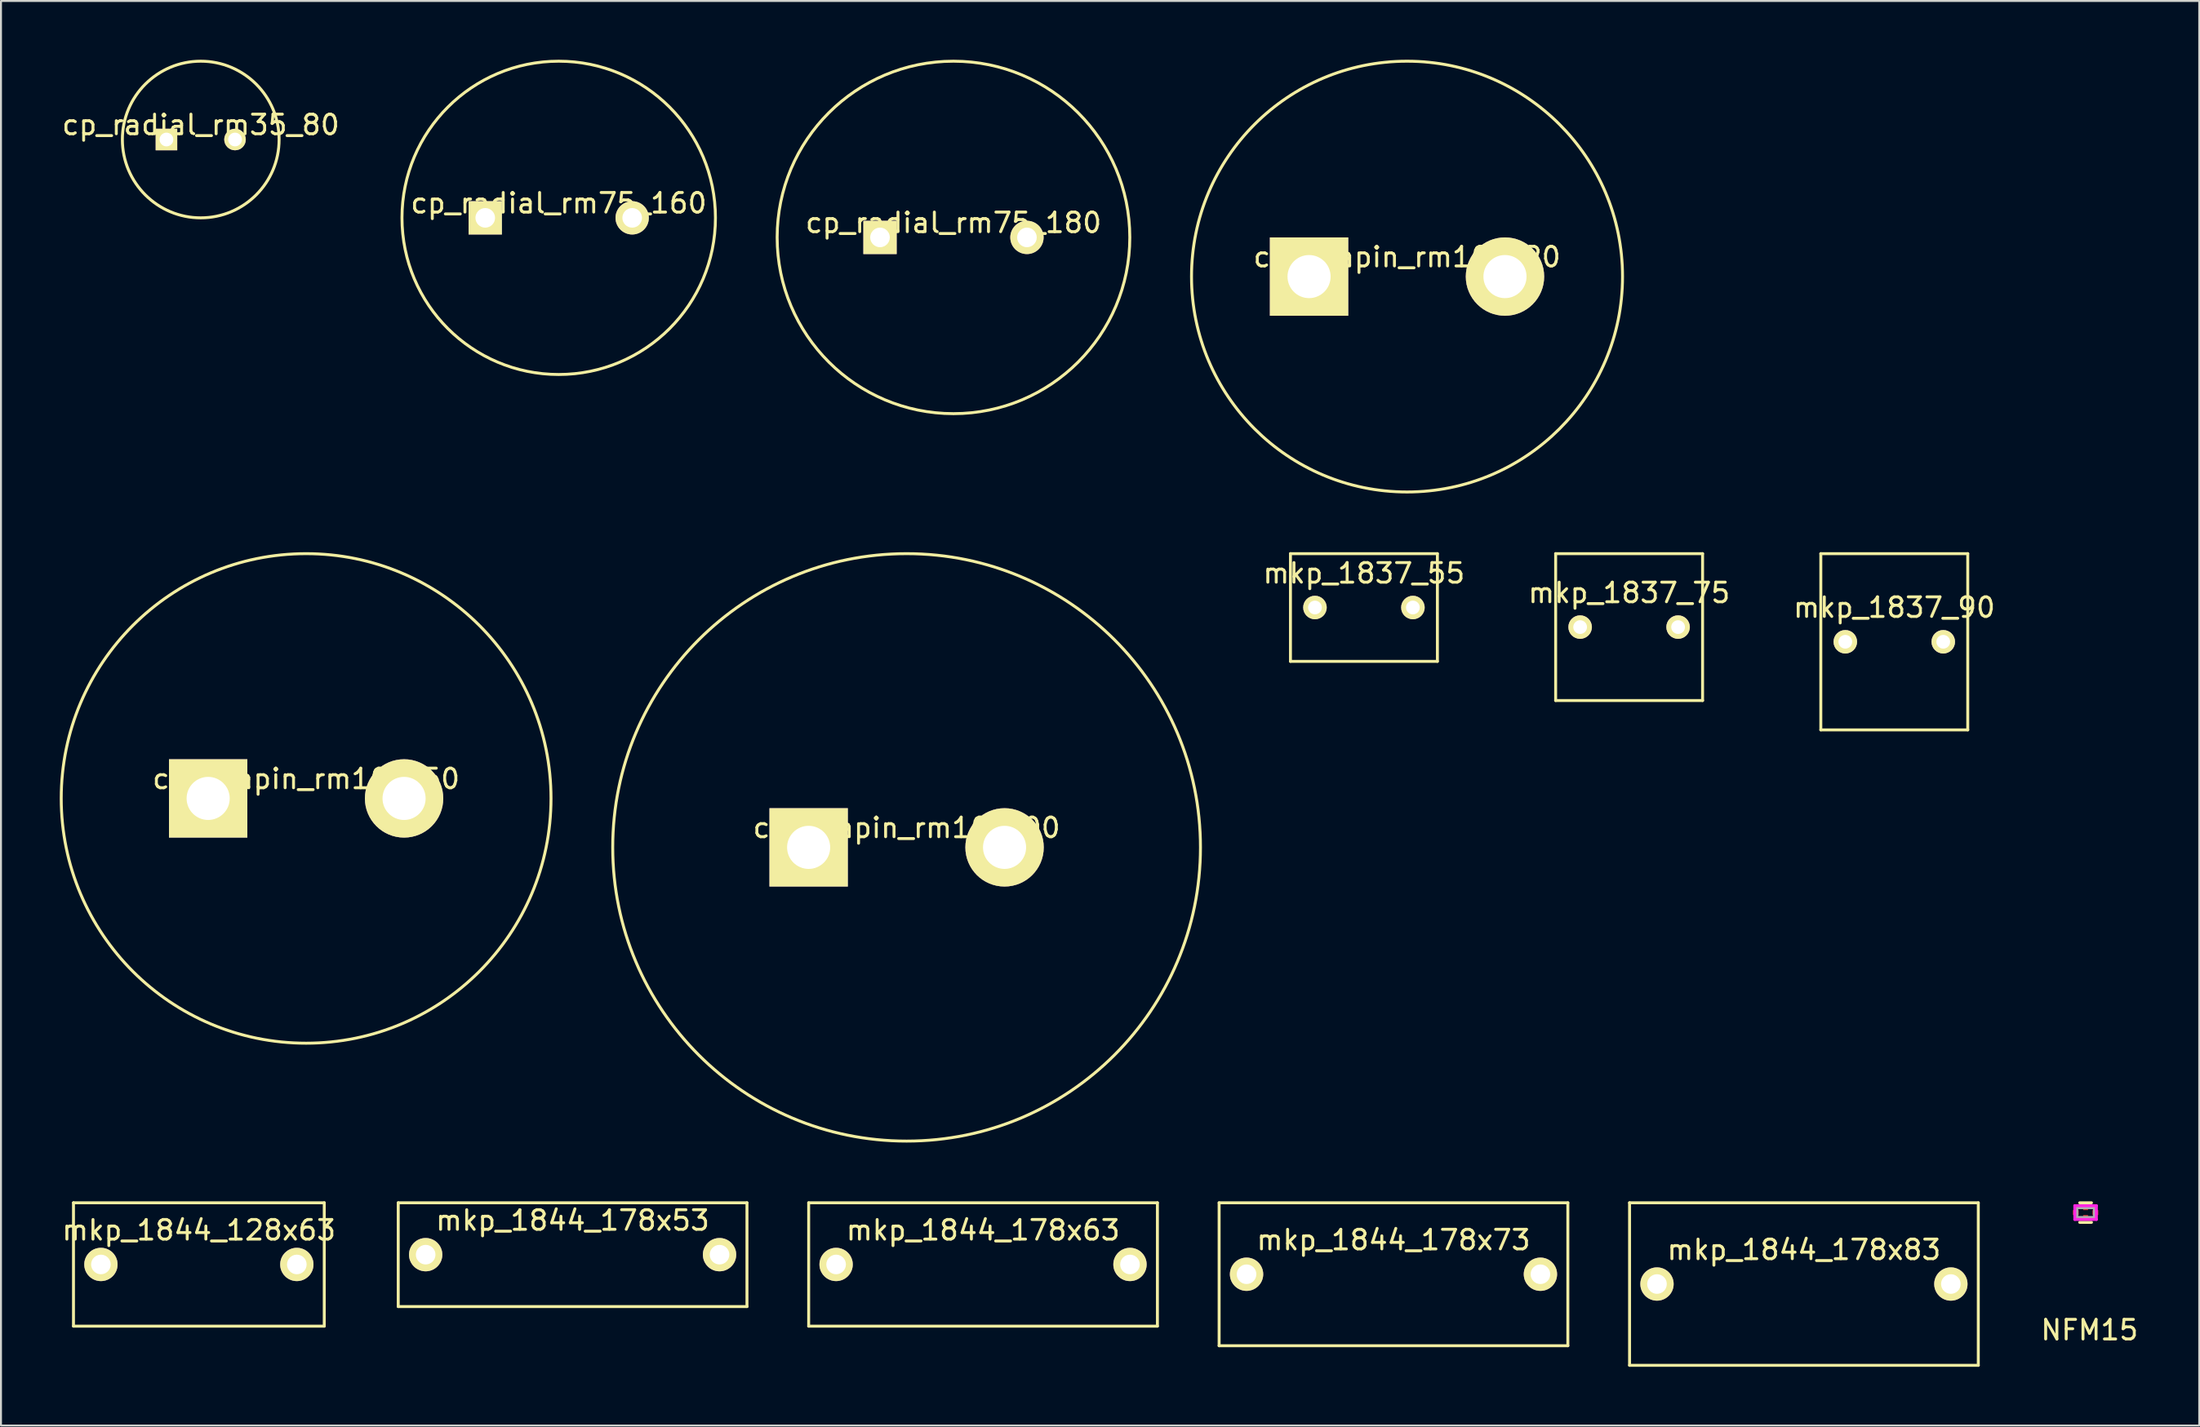
<source format=kicad_pcb>
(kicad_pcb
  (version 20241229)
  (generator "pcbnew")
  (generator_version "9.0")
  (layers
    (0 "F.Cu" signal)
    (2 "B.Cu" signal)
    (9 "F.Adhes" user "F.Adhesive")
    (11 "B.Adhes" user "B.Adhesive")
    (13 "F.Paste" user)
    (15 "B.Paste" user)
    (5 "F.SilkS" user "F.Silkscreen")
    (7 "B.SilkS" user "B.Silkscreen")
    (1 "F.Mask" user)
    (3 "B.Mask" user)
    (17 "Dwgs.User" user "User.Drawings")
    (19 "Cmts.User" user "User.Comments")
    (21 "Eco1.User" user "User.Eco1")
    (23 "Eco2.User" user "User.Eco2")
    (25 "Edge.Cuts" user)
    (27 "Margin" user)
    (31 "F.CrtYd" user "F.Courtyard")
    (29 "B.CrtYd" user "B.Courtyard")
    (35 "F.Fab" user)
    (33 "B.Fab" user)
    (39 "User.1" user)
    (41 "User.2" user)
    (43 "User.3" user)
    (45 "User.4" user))
  (footprint "mkp_1844_178x53"
    (layer "F.Cu")
    (at 26.177 61.025)
    (property "Reference" "mkp_1844_178x53" (at 0 -1.75 0) (layer "F.SilkS") (effects (font (size 1 1) (thickness 0.15))))
    (attr through_hole)
    (fp_line (start -8.9 -2.65) (end 8.9 -2.65) (stroke (width 0.15) (type solid)) (layer "F.SilkS"))
    (fp_line (start -8.9 2.65) (end -8.9 -2.65) (stroke (width 0.15) (type solid)) (layer "F.SilkS"))
    (fp_line (start 8.9 -2.65) (end 8.9 2.65) (stroke (width 0.15) (type solid)) (layer "F.SilkS"))
    (fp_line (start 8.9 2.65) (end -8.9 2.65) (stroke (width 0.15) (type solid)) (layer "F.SilkS"))
    (pad "1" thru_hole circle (at -7.5 0) (size 1.7 1.7) (drill 1) (layers "*.Cu" "*.Mask" "F.SilkS"))
    (pad "2" thru_hole circle (at 7.5 0) (size 1.7 1.7) (drill 1) (layers "*.Cu" "*.Mask" "F.SilkS")))
  (footprint "mkp_1837_75"
    (layer "F.Cu")
    (at 80.104 28.975)
    (property "Reference" "mkp_1837_75" (at 0 -1.75 0) (layer "F.SilkS") (effects (font (size 1 1) (thickness 0.15))))
    (attr through_hole)
    (fp_line (start -3.75 -3.75) (end 3.75 -3.75) (stroke (width 0.15) (type solid)) (layer "F.SilkS"))
    (fp_line (start -3.75 3.75) (end -3.75 -3.75) (stroke (width 0.15) (type solid)) (layer "F.SilkS"))
    (fp_line (start 3.75 -3.75) (end 3.75 3.75) (stroke (width 0.15) (type solid)) (layer "F.SilkS"))
    (fp_line (start 3.75 3.75) (end -3.75 3.75) (stroke (width 0.15) (type solid)) (layer "F.SilkS"))
    (pad "1" thru_hole circle (at -2.5 0) (size 1.2 1.2) (drill 0.7) (layers "*.Cu" "*.Mask" "F.SilkS"))
    (pad "2" thru_hole circle (at 2.5 0) (size 1.2 1.2) (drill 0.7) (layers "*.Cu" "*.Mask" "F.SilkS")))
  (footprint "mkp_1837_90"
    (layer "F.Cu")
    (at 93.639 29.725)
    (property "Reference" "mkp_1837_90" (at 0 -1.75 0) (layer "F.SilkS") (effects (font (size 1 1) (thickness 0.15))))
    (attr through_hole)
    (fp_line (start -3.75 -4.5) (end 3.75 -4.5) (stroke (width 0.15) (type solid)) (layer "F.SilkS"))
    (fp_line (start -3.75 4.5) (end -3.75 -4.5) (stroke (width 0.15) (type solid)) (layer "F.SilkS"))
    (fp_line (start 3.75 -4.5) (end 3.75 4.5) (stroke (width 0.15) (type solid)) (layer "F.SilkS"))
    (fp_line (start 3.75 4.5) (end -3.75 4.5) (stroke (width 0.15) (type solid)) (layer "F.SilkS"))
    (pad "1" thru_hole circle (at -2.5 0) (size 1.2 1.2) (drill 0.7) (layers "*.Cu" "*.Mask" "F.SilkS"))
    (pad "2" thru_hole circle (at 2.5 0) (size 1.2 1.2) (drill 0.7) (layers "*.Cu" "*.Mask" "F.SilkS")))
  (footprint "mkp_1844_128x63"
    (layer "F.Cu")
    (at 7.101 61.525)
    (property "Reference" "mkp_1844_128x63" (at 0 -1.75 0) (layer "F.SilkS") (effects (font (size 1 1) (thickness 0.15))))
    (attr through_hole)
    (fp_line (start -6.4 -3.15) (end 6.4 -3.15) (stroke (width 0.15) (type solid)) (layer "F.SilkS"))
    (fp_line (start -6.4 3.15) (end -6.4 -3.15) (stroke (width 0.15) (type solid)) (layer "F.SilkS"))
    (fp_line (start 6.4 -3.15) (end 6.4 3.15) (stroke (width 0.15) (type solid)) (layer "F.SilkS"))
    (fp_line (start 6.4 3.15) (end -6.4 3.15) (stroke (width 0.15) (type solid)) (layer "F.SilkS"))
    (pad "1" thru_hole circle (at -5 0) (size 1.7 1.7) (drill 1) (layers "*.Cu" "*.Mask" "F.SilkS"))
    (pad "2" thru_hole circle (at 5 0) (size 1.7 1.7) (drill 1) (layers "*.Cu" "*.Mask" "F.SilkS")))
  (footprint "mkp_1844_178x73"
    (layer "F.Cu")
    (at 68.077 62.025)
    (property "Reference" "mkp_1844_178x73" (at 0 -1.75 0) (layer "F.SilkS") (effects (font (size 1 1) (thickness 0.15))))
    (attr through_hole)
    (fp_line (start -8.9 -3.65) (end 8.9 -3.65) (stroke (width 0.15) (type solid)) (layer "F.SilkS"))
    (fp_line (start -8.9 3.65) (end -8.9 -3.65) (stroke (width 0.15) (type solid)) (layer "F.SilkS"))
    (fp_line (start 8.9 -3.65) (end 8.9 3.65) (stroke (width 0.15) (type solid)) (layer "F.SilkS"))
    (fp_line (start 8.9 3.65) (end -8.9 3.65) (stroke (width 0.15) (type solid)) (layer "F.SilkS"))
    (pad "1" thru_hole circle (at -7.5 0) (size 1.7 1.7) (drill 1) (layers "*.Cu" "*.Mask" "F.SilkS"))
    (pad "2" thru_hole circle (at 7.5 0) (size 1.7 1.7) (drill 1) (layers "*.Cu" "*.Mask" "F.SilkS")))
  (footprint "cp_radial_rm75_160"
    (layer "F.Cu")
    (at 25.468 8.075)
    (property "Reference" "cp_radial_rm75_160" (at 0 -0.75 0) (layer "F.SilkS") (effects (font (size 1 1) (thickness 0.15))))
    (attr through_hole)
    (fp_circle (center 0 0) (end 8 0) (stroke (width 0.15) (type solid)) (fill no) (layer "F.SilkS"))
    (pad "1" thru_hole rect (at -3.75 0) (size 1.7 1.7) (drill 1) (layers "*.Cu" "*.Mask" "F.SilkS"))
    (pad "2" thru_hole circle (at 3.75 0) (size 1.7 1.7) (drill 1) (layers "*.Cu" "*.Mask" "F.SilkS")))
  (footprint "cp_snapin_rm10_220"
    (layer "F.Cu")
    (at 68.768 11.075)
    (property "Reference" "cp_snapin_rm10_220" (at 0 -1 0) (layer "F.SilkS") (effects (font (size 1 1) (thickness 0.15))))
    (attr through_hole)
    (fp_circle (center 0 0) (end 11 0) (stroke (width 0.15) (type solid)) (fill no) (layer "F.SilkS"))
    (pad "1" thru_hole rect (at -5 0) (size 4 4) (drill 2.2) (layers "*.Cu" "*.Mask" "F.SilkS"))
    (pad "2" thru_hole circle (at 5 0) (size 4 4) (drill 2.2) (layers "*.Cu" "*.Mask" "F.SilkS")))
  (footprint "mkp_1844_178x83"
    (layer "F.Cu")
    (at 89.027 62.525)
    (property "Reference" "mkp_1844_178x83" (at 0 -1.75 0) (layer "F.SilkS") (effects (font (size 1 1) (thickness 0.15))))
    (attr through_hole)
    (fp_line (start -8.9 -4.15) (end 8.9 -4.15) (stroke (width 0.15) (type solid)) (layer "F.SilkS"))
    (fp_line (start -8.9 4.15) (end -8.9 -4.15) (stroke (width 0.15) (type solid)) (layer "F.SilkS"))
    (fp_line (start 8.9 -4.15) (end 8.9 4.15) (stroke (width 0.15) (type solid)) (layer "F.SilkS"))
    (fp_line (start 8.9 4.15) (end -8.9 4.15) (stroke (width 0.15) (type solid)) (layer "F.SilkS"))
    (pad "1" thru_hole circle (at -7.5 0) (size 1.7 1.7) (drill 1) (layers "*.Cu" "*.Mask" "F.SilkS"))
    (pad "2" thru_hole circle (at 7.5 0) (size 1.7 1.7) (drill 1) (layers "*.Cu" "*.Mask" "F.SilkS")))
  (footprint "NFM15"
    (layer "F.Cu")
    (at 103.404 58.875)
    (property "Reference" "NFM15" (at 0.2 6 0) (layer "F.SilkS") (effects (font (size 1 1) (thickness 0.15))))
    (attr through_hole)
    (fp_line (start -0.3 -0.5) (end 0.3 -0.5) (stroke (width 0.15) (type solid)) (layer "F.SilkS"))
    (fp_line (start -0.3 0.5) (end 0.3 0.5) (stroke (width 0.15) (type solid)) (layer "F.SilkS"))
    (fp_line (start -0.55 -0.35) (end 0.55 -0.35) (stroke (width 0.15) (type solid)) (layer "F.CrtYd"))
    (fp_line (start -0.55 0.35) (end -0.55 -0.35) (stroke (width 0.15) (type solid)) (layer "F.CrtYd"))
    (fp_line (start 0.55 -0.35) (end 0.55 0.35) (stroke (width 0.15) (type solid)) (layer "F.CrtYd"))
    (fp_line (start 0.55 0.35) (end -0.55 0.35) (stroke (width 0.15) (type solid)) (layer "F.CrtYd"))
    (fp_line (start -0.45 -0.25) (end 0.45 -0.25) (stroke (width 0.15) (type solid)) (layer "F.Fab"))
    (fp_line (start -0.45 0.25) (end -0.45 -0.25) (stroke (width 0.15) (type solid)) (layer "F.Fab"))
    (fp_line (start 0.45 -0.25) (end 0.45 0.25) (stroke (width 0.15) (type solid)) (layer "F.Fab"))
    (fp_line (start 0.45 0.25) (end -0.45 0.25) (stroke (width 0.15) (type solid)) (layer "F.Fab"))
    (pad "1" smd rect (at -0.5 0) (size 0.3 0.25) (layers "F.Cu" "F.Mask" "F.Paste"))
    (pad "1" smd rect (at 0.5 0) (size 0.3 0.25) (layers "F.Cu" "F.Mask" "F.Paste"))
    (pad "2" smd rect (at 0 -0.25) (size 0.25 0.25) (layers "F.Cu" "F.Mask" "F.Paste"))
    (pad "2" smd rect (at 0 0.25) (size 0.25 0.25) (layers "F.Cu" "F.Mask" "F.Paste")))
  (footprint "mkp_1844_178x63"
    (layer "F.Cu")
    (at 47.127 61.525)
    (property "Reference" "mkp_1844_178x63" (at 0 -1.75 0) (layer "F.SilkS") (effects (font (size 1 1) (thickness 0.15))))
    (attr through_hole)
    (fp_line (start -8.9 -3.15) (end 8.9 -3.15) (stroke (width 0.15) (type solid)) (layer "F.SilkS"))
    (fp_line (start -8.9 3.15) (end -8.9 -3.15) (stroke (width 0.15) (type solid)) (layer "F.SilkS"))
    (fp_line (start 8.9 -3.15) (end 8.9 3.15) (stroke (width 0.15) (type solid)) (layer "F.SilkS"))
    (fp_line (start 8.9 3.15) (end -8.9 3.15) (stroke (width 0.15) (type solid)) (layer "F.SilkS"))
    (pad "1" thru_hole circle (at -7.5 0) (size 1.7 1.7) (drill 1) (layers "*.Cu" "*.Mask" "F.SilkS"))
    (pad "2" thru_hole circle (at 7.5 0) (size 1.7 1.7) (drill 1) (layers "*.Cu" "*.Mask" "F.SilkS")))
  (footprint "cp_radial_rm35_80"
    (layer "F.Cu")
    (at 7.196 4.075)
    (property "Reference" "cp_radial_rm35_80" (at 0 -0.75 0) (layer "F.SilkS") (effects (font (size 1 1) (thickness 0.15))))
    (attr through_hole)
    (fp_circle (center 0 0) (end 4 0) (stroke (width 0.15) (type solid)) (fill no) (layer "F.SilkS"))
    (pad "1" thru_hole rect (at -1.75 0) (size 1.1 1.1) (drill 0.7) (layers "*.Cu" "*.Mask" "F.SilkS"))
    (pad "2" thru_hole circle (at 1.75 0) (size 1.1 1.1) (drill 0.7) (layers "*.Cu" "*.Mask" "F.SilkS")))
  (footprint "mkp_1837_55"
    (layer "F.Cu")
    (at 66.568 27.975)
    (property "Reference" "mkp_1837_55" (at 0 -1.75 0) (layer "F.SilkS") (effects (font (size 1 1) (thickness 0.15))))
    (attr through_hole)
    (fp_line (start -3.75 -2.75) (end 3.75 -2.75) (stroke (width 0.15) (type solid)) (layer "F.SilkS"))
    (fp_line (start -3.75 2.75) (end -3.75 -2.75) (stroke (width 0.15) (type solid)) (layer "F.SilkS"))
    (fp_line (start 3.75 -2.75) (end 3.75 2.75) (stroke (width 0.15) (type solid)) (layer "F.SilkS"))
    (fp_line (start 3.75 2.75) (end -3.75 2.75) (stroke (width 0.15) (type solid)) (layer "F.SilkS"))
    (pad "1" thru_hole circle (at -2.5 0) (size 1.2 1.2) (drill 0.7) (layers "*.Cu" "*.Mask" "F.SilkS"))
    (pad "2" thru_hole circle (at 2.5 0) (size 1.2 1.2) (drill 0.7) (layers "*.Cu" "*.Mask" "F.SilkS")))
  (footprint "cp_radial_rm75_180"
    (layer "F.Cu")
    (at 45.618 9.075)
    (property "Reference" "cp_radial_rm75_180" (at 0 -0.75 0) (layer "F.SilkS") (effects (font (size 1 1) (thickness 0.15))))
    (attr through_hole)
    (fp_circle (center 0 0) (end 9 0) (stroke (width 0.15) (type solid)) (fill no) (layer "F.SilkS"))
    (pad "1" thru_hole rect (at -3.75 0) (size 1.7 1.7) (drill 1) (layers "*.Cu" "*.Mask" "F.SilkS"))
    (pad "2" thru_hole circle (at 3.75 0) (size 1.7 1.7) (drill 1) (layers "*.Cu" "*.Mask" "F.SilkS")))
  (footprint "cp_snapin_rm10_250"
    (layer "F.Cu")
    (at 12.575 37.725)
    (property "Reference" "cp_snapin_rm10_250" (at 0 -1 0) (layer "F.SilkS") (effects (font (size 1 1) (thickness 0.15))))
    (attr through_hole)
    (fp_circle (center 0 0) (end 12.5 0) (stroke (width 0.15) (type solid)) (fill no) (layer "F.SilkS"))
    (pad "1" thru_hole rect (at -5 0) (size 4 4) (drill 2.2) (layers "*.Cu" "*.Mask" "F.SilkS"))
    (pad "2" thru_hole circle (at 5 0) (size 4 4) (drill 2.2) (layers "*.Cu" "*.Mask" "F.SilkS")))
  (footprint "cp_snapin_rm10_300"
    (layer "F.Cu")
    (at 43.225 40.225)
    (property "Reference" "cp_snapin_rm10_300" (at 0 -1 0) (layer "F.SilkS") (effects (font (size 1 1) (thickness 0.15))))
    (attr through_hole)
    (fp_circle (center 0 0) (end 15 0) (stroke (width 0.15) (type solid)) (fill no) (layer "F.SilkS"))
    (pad "1" thru_hole rect (at -5 0) (size 4 4) (drill 2.2) (layers "*.Cu" "*.Mask" "F.SilkS"))
    (pad "2" thru_hole circle (at 5 0) (size 4 4) (drill 2.2) (layers "*.Cu" "*.Mask" "F.SilkS")))
  (gr_rect
    (start -3 -3)
    (end 109.205 69.75)
    (stroke (width 0.1) (type default))
    (fill no)
    (layer "Edge.Cuts")))
</source>
